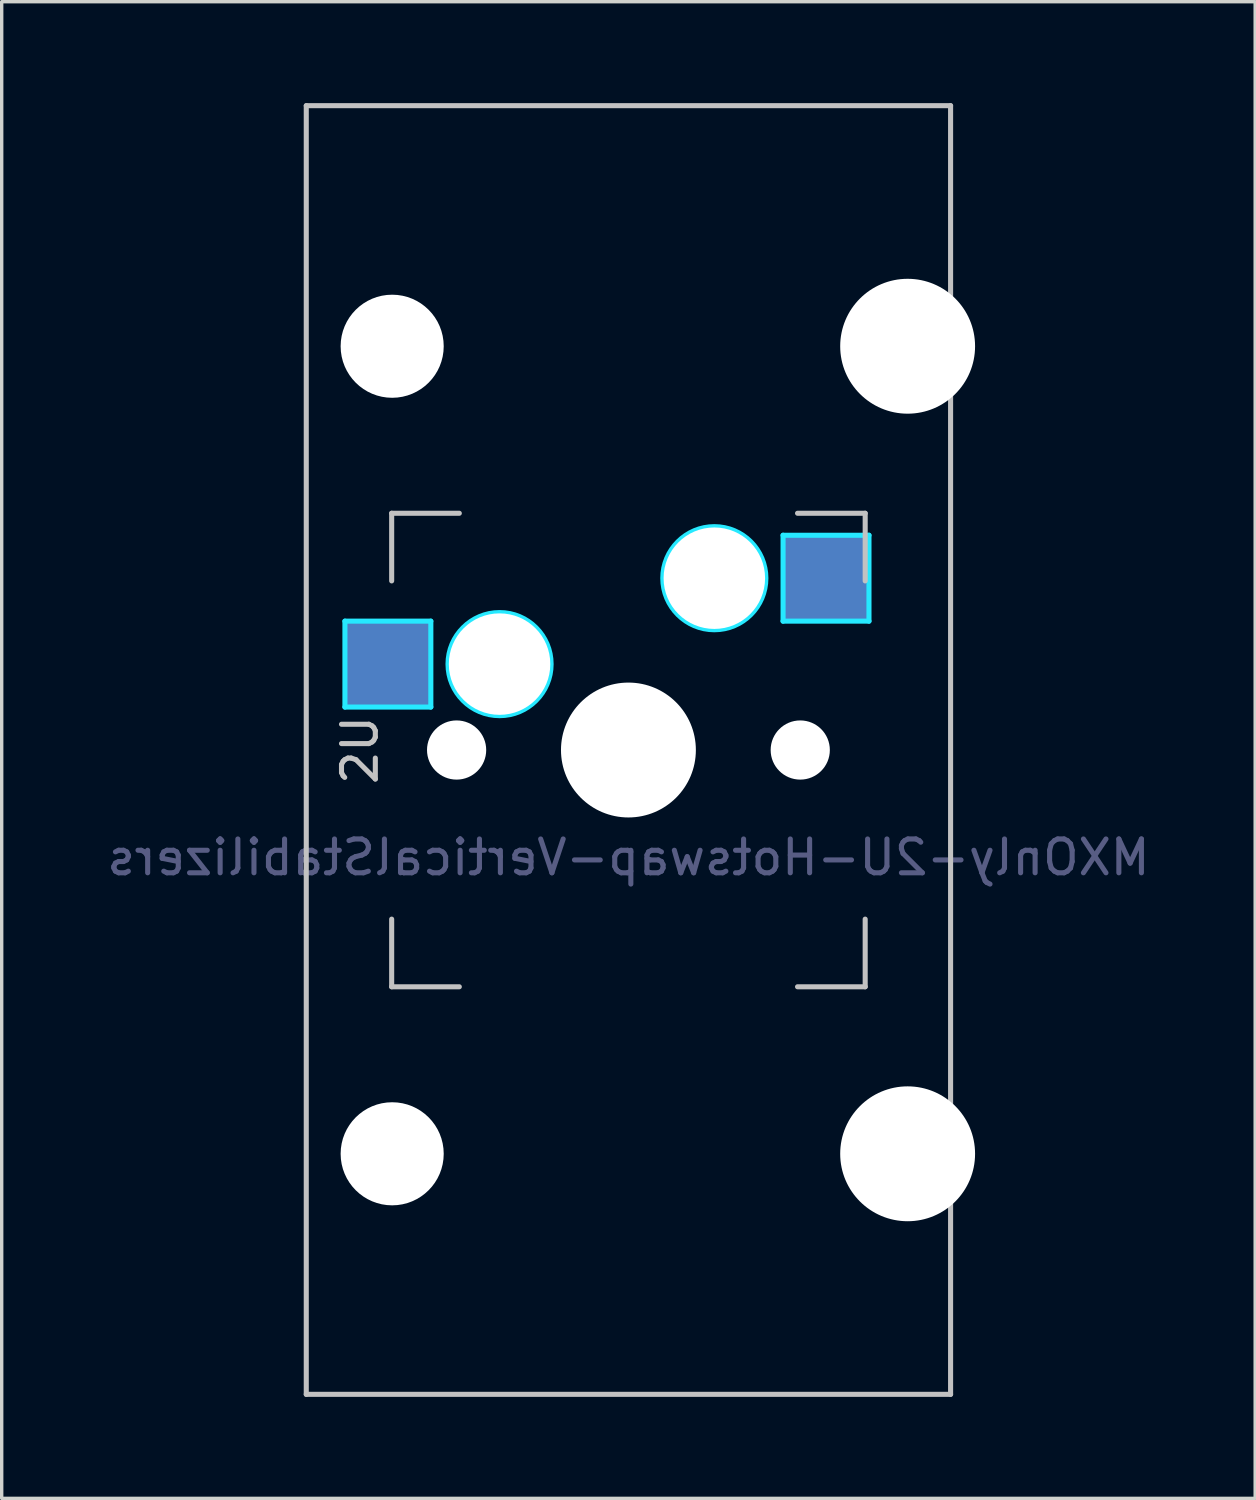
<source format=kicad_pcb>
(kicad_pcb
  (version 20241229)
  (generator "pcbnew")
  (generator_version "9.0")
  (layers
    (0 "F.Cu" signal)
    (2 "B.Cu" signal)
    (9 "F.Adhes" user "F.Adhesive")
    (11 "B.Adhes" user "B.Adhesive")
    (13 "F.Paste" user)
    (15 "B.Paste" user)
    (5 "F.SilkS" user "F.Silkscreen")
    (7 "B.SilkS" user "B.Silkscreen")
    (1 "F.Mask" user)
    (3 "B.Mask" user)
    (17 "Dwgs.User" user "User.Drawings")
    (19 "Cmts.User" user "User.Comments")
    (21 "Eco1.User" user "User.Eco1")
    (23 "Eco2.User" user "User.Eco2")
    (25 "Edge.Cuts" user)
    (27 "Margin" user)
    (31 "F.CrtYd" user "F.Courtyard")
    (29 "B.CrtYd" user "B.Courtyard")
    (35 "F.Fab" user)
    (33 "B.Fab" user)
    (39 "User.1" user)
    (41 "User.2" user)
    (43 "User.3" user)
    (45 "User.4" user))
  (footprint "MXOnly-2U-Hotswap-VerticalStabilizers"
    (layer "F.Cu")
    (at 15.53 19.125)
    (property "Reference" "MXOnly-2U-Hotswap-VerticalStabilizers" (at 0 3.175 0) (layer "B.Fab") (effects (font (size 1 1) (thickness 0.15)) (justify mirror)))
    (attr through_hole)
    (fp_line (start -9.525 -19.05) (end 9.525 -19.05) (stroke (width 0.15) (type solid)) (layer "Dwgs.User"))
    (fp_line (start -9.525 19.05) (end -9.525 -19.05) (stroke (width 0.15) (type solid)) (layer "Dwgs.User"))
    (fp_line (start -7 -7) (end -7 -5) (stroke (width 0.15) (type solid)) (layer "Dwgs.User"))
    (fp_line (start -7 5) (end -7 7) (stroke (width 0.15) (type solid)) (layer "Dwgs.User"))
    (fp_line (start -7 7) (end -5 7) (stroke (width 0.15) (type solid)) (layer "Dwgs.User"))
    (fp_line (start -5 -7) (end -7 -7) (stroke (width 0.15) (type solid)) (layer "Dwgs.User"))
    (fp_line (start 5 -7) (end 7 -7) (stroke (width 0.15) (type solid)) (layer "Dwgs.User"))
    (fp_line (start 5 7) (end 7 7) (stroke (width 0.15) (type solid)) (layer "Dwgs.User"))
    (fp_line (start 7 -7) (end 7 -5) (stroke (width 0.15) (type solid)) (layer "Dwgs.User"))
    (fp_line (start 7 7) (end 7 5) (stroke (width 0.15) (type solid)) (layer "Dwgs.User"))
    (fp_line (start 9.525 19.05) (end -9.525 19.05) (stroke (width 0.15) (type solid)) (layer "Dwgs.User"))
    (fp_line (start 9.525 19.05) (end 9.525 -19.05) (stroke (width 0.15) (type solid)) (layer "Dwgs.User"))
    (fp_line (start -8.382 -3.81) (end -5.842 -3.81) (stroke (width 0.15) (type solid)) (layer "B.CrtYd"))
    (fp_line (start -8.382 -1.27) (end -8.382 -3.81) (stroke (width 0.15) (type solid)) (layer "B.CrtYd"))
    (fp_line (start -5.842 -3.81) (end -5.842 -1.27) (stroke (width 0.15) (type solid)) (layer "B.CrtYd"))
    (fp_line (start -5.842 -1.27) (end -8.382 -1.27) (stroke (width 0.15) (type solid)) (layer "B.CrtYd"))
    (fp_line (start 4.572 -6.35) (end 7.112 -6.35) (stroke (width 0.15) (type solid)) (layer "B.CrtYd"))
    (fp_line (start 4.572 -3.81) (end 4.572 -6.35) (stroke (width 0.15) (type solid)) (layer "B.CrtYd"))
    (fp_line (start 7.112 -6.35) (end 7.112 -3.81) (stroke (width 0.15) (type solid)) (layer "B.CrtYd"))
    (fp_line (start 7.112 -3.81) (end 4.572 -3.81) (stroke (width 0.15) (type solid)) (layer "B.CrtYd"))
    (fp_circle (center -3.81 -2.54) (end -3.81 -4.064) (stroke (width 0.15) (type solid)) (fill no) (layer "B.CrtYd"))
    (fp_circle (center 2.54 -5.08) (end 2.54 -6.604) (stroke (width 0.15) (type solid)) (fill no) (layer "B.CrtYd"))
    (fp_text user "2U" (at -7.938 0 270) (layer "Dwgs.User") (effects (font (size 1 1) (thickness 0.15))))
    (pad "" np_thru_hole circle (at -6.985 -11.938 180) (size 3.048 3.048) (drill 3.048) (layers "*.Cu" "*.Mask"))
    (pad "" np_thru_hole circle (at -6.985 11.938 90) (size 3.048 3.048) (drill 3.048) (layers "*.Cu" "*.Mask"))
    (pad "" np_thru_hole circle (at -5.08 0 48.099) (size 1.75 1.75) (drill 1.75) (layers "*.Cu" "*.Mask"))
    (pad "" np_thru_hole circle (at -3.81 -2.54) (size 3 3) (drill 3) (layers "*.Cu" "*.Mask"))
    (pad "" np_thru_hole circle (at 0 0) (size 3.988 3.988) (drill 3.988) (layers "*.Cu" "*.Mask"))
    (pad "" np_thru_hole circle (at 2.54 -5.08) (size 3 3) (drill 3) (layers "*.Cu" "*.Mask"))
    (pad "" np_thru_hole circle (at 5.08 0 48.099) (size 1.75 1.75) (drill 1.75) (layers "*.Cu" "*.Mask"))
    (pad "" np_thru_hole circle (at 8.255 -11.938 90) (size 3.988 3.988) (drill 3.988) (layers "*.Cu" "*.Mask"))
    (pad "" np_thru_hole circle (at 8.255 11.938 90) (size 3.988 3.988) (drill 3.988) (layers "*.Cu" "*.Mask"))
    (pad "1" smd rect (at -7.085 -2.54) (size 2.55 2.5) (layers "B.Cu" "B.Mask" "B.Paste"))
    (pad "2" smd rect (at 5.842 -5.08) (size 2.55 2.5) (layers "B.Cu" "B.Mask" "B.Paste")))
  (gr_rect
    (start -3 -3)
    (end 34.06 41.25)
    (stroke (width 0.1) (type default))
    (fill no)
    (layer "Edge.Cuts")))
</source>
